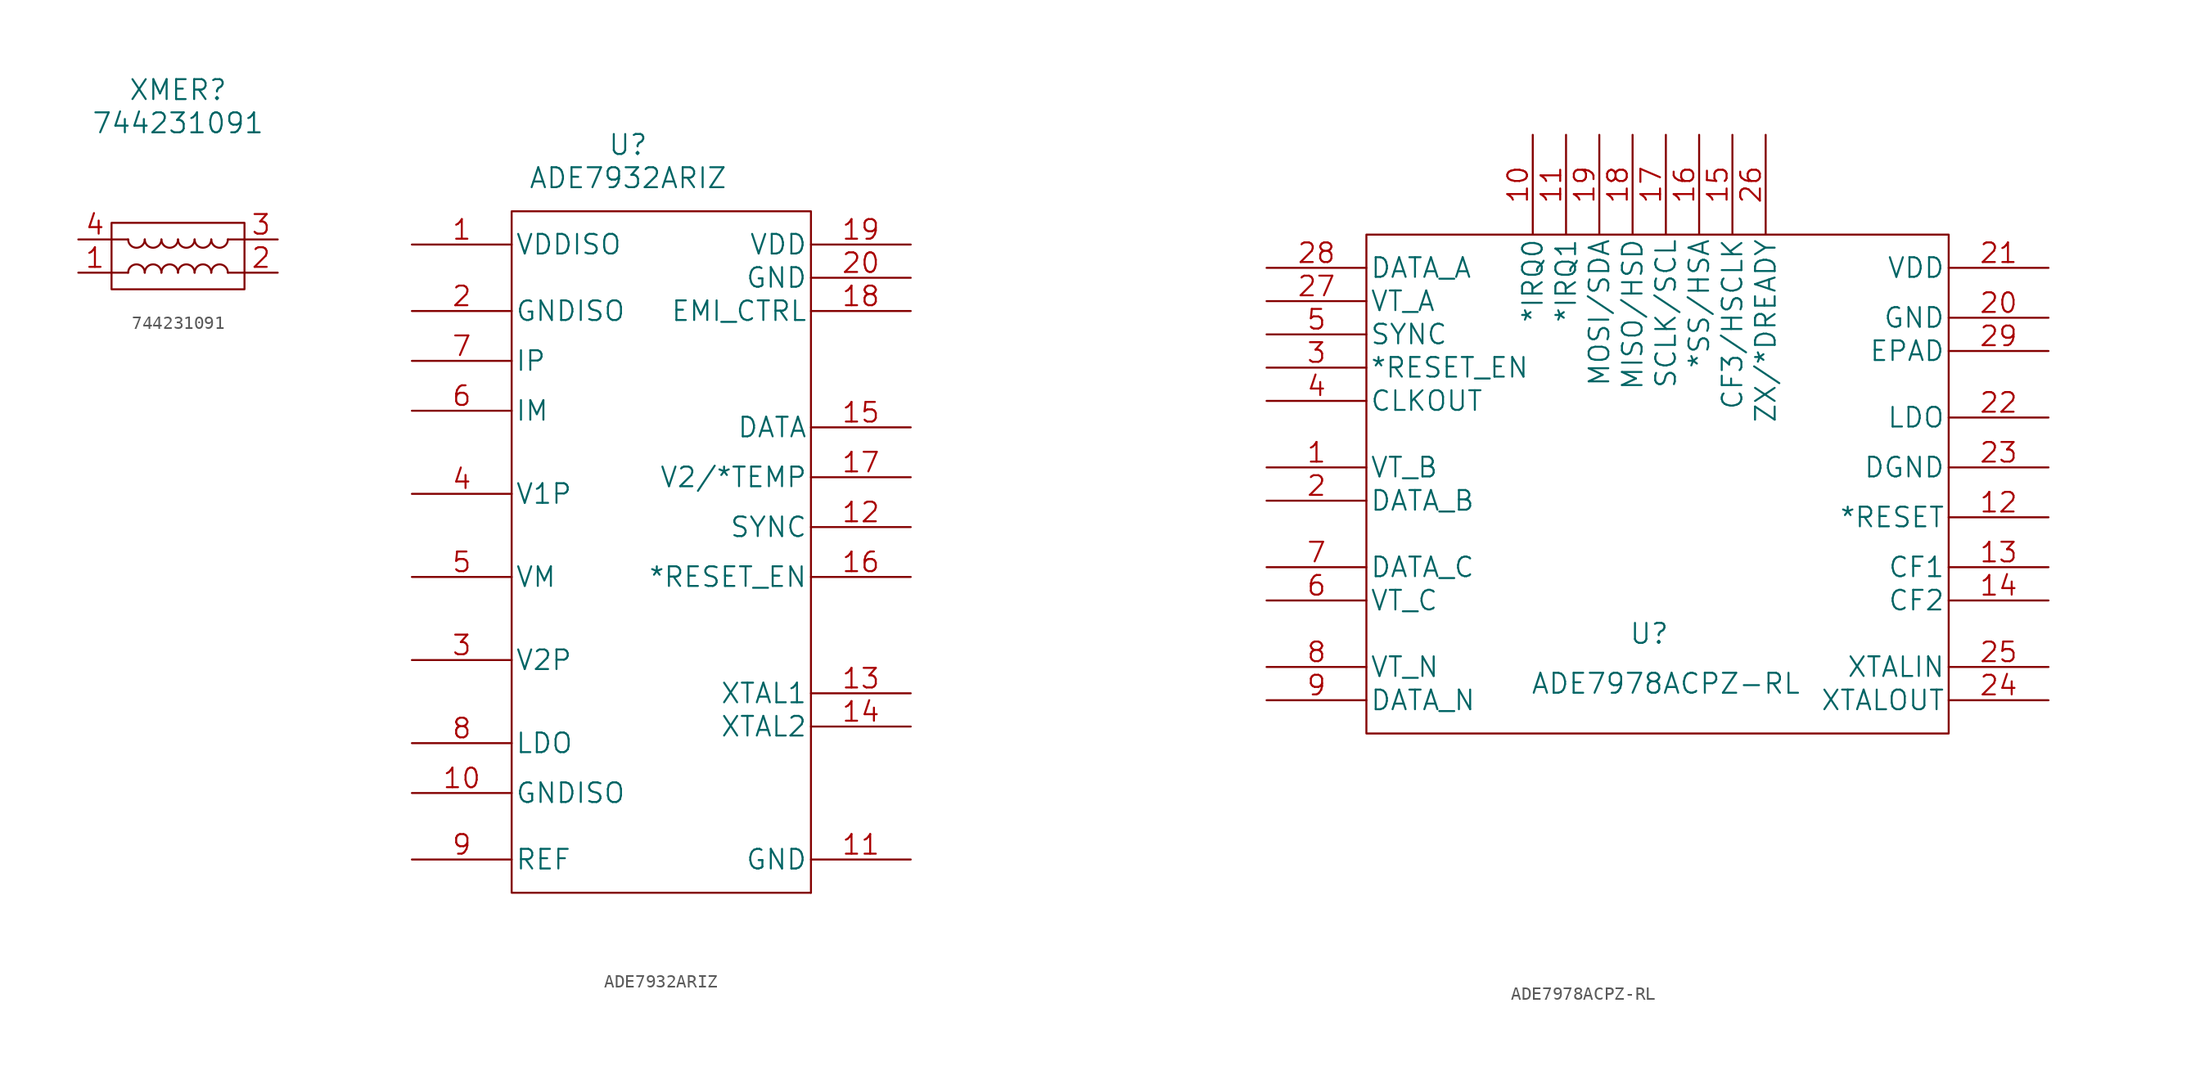
<source format=kicad_sym>
(kicad_symbol_lib
  (version 20211014)
  (generator kicad_symbol_editor)
  (symbol "744231091"
    (pin_names
      (offset 0.254) hide)
    (property "Reference" "XMER"
      (at 0 12.7 0)
      (effects (font (size 1.524 1.524))))
    (property "Value" "744231091"
      (at 0 10.16 0)
      (effects (font (size 1.524 1.524))))
    (symbol "744231091_0_1"
      (rectangle (start -5.08 2.54) (end 5.08 -2.54) (stroke (width 0) (type default) (color 0 0 0 0)) (fill (type none)))
      (arc (start -3.81 1.27) (mid -3.175 0.635) (end -2.54 1.27) (stroke (width 0) (type default) (color 0 0 0 0)) (fill (type none)))
      (arc (start -2.54 1.27) (mid -1.905 0.635) (end -1.27 1.27) (stroke (width 0) (type default) (color 0 0 0 0)) (fill (type none)))
      (polyline (pts (xy -3.81 -1.27) (xy -5.08 -1.27)) (stroke (width 0) (type default) (color 0 0 0 0)) (fill (type none)))
      (polyline (pts (xy -3.81 1.27) (xy -5.08 1.27)) (stroke (width 0) (type default) (color 0 0 0 0)) (fill (type none)))
      (polyline (pts (xy 3.81 -1.27) (xy 5.08 -1.27)) (stroke (width 0) (type default) (color 0 0 0 0)) (fill (type none)))
      (polyline (pts (xy 3.81 1.27) (xy 5.08 1.27)) (stroke (width 0) (type default) (color 0 0 0 0)) (fill (type none))))
    (symbol "744231091_1_1"
      (arc (start -2.54 -1.27) (mid -3.175 -0.635) (end -3.81 -1.27) (stroke (width 0) (type default) (color 0 0 0 0)) (fill (type none)))
      (arc (start -1.27 -1.27) (mid -1.905 -0.635) (end -2.54 -1.27) (stroke (width 0) (type default) (color 0 0 0 0)) (fill (type none)))
      (arc (start -1.27 1.27) (mid -0.635 0.635) (end 0 1.27) (stroke (width 0) (type default) (color 0 0 0 0)) (fill (type none)))
      (arc (start 0 -1.27) (mid -0.635 -0.635) (end -1.27 -1.27) (stroke (width 0) (type default) (color 0 0 0 0)) (fill (type none)))
      (arc (start 0 1.27) (mid 0.635 0.635) (end 1.27 1.27) (stroke (width 0) (type default) (color 0 0 0 0)) (fill (type none)))
      (arc (start 1.27 -1.27) (mid 0.635 -0.635) (end 0 -1.27) (stroke (width 0) (type default) (color 0 0 0 0)) (fill (type none)))
      (arc (start 1.27 1.27) (mid 1.905 0.635) (end 2.54 1.27) (stroke (width 0) (type default) (color 0 0 0 0)) (fill (type none)))
      (arc (start 2.54 -1.27) (mid 1.905 -0.635) (end 1.27 -1.27) (stroke (width 0) (type default) (color 0 0 0 0)) (fill (type none)))
      (arc (start 2.54 1.27) (mid 3.175 0.635) (end 3.81 1.27) (stroke (width 0) (type default) (color 0 0 0 0)) (fill (type none)))
      (arc (start 3.81 -1.27) (mid 3.175 -0.635) (end 2.54 -1.27) (stroke (width 0) (type default) (color 0 0 0 0)) (fill (type none)))
      (pin passive line (at -7.62 -1.27 0) (length 2.54) (name "1" (effects (font (size 1.499 1.499)))) (number "1" (effects (font (size 1.499 1.499)))))
      (pin passive line (at 7.62 -1.27 180) (length 2.54) (name "2" (effects (font (size 1.499 1.499)))) (number "2" (effects (font (size 1.499 1.499)))))
      (pin passive line (at 7.62 1.27 180) (length 2.54) (name "3" (effects (font (size 1.499 1.499)))) (number "3" (effects (font (size 1.499 1.499)))))
      (pin passive line (at -7.62 1.27 0) (length 2.54) (name "4" (effects (font (size 1.499 1.499)))) (number "4" (effects (font (size 1.499 1.499)))))))
  (symbol "ADE7932ARIZ"
    (pin_names
      (offset 0.254))
    (property "Reference" "U"
      (at -3.81 30.48 0)
      (effects (font (size 1.524 1.524))))
    (property "Value" "ADE7932ARIZ"
      (at -3.81 27.94 0)
      (effects (font (size 1.524 1.524))))
    (symbol "ADE7932ARIZ_0_1"
      (rectangle (start -12.7 25.4) (end 10.16 -26.67) (stroke (width 0) (type default) (color 0 0 0 0)) (fill (type none)))
      (rectangle (start 10.16 -26.67) (end 10.16 -26.67) (stroke (width 0) (type default) (color 0 0 0 0)) (fill (type none))))
    (symbol "ADE7932ARIZ_1_1"
      (pin passive line (at -20.32 22.86 0) (length 7.62) (name "VDDISO" (effects (font (size 1.499 1.499)))) (number "1" (effects (font (size 1.499 1.499)))))
      (pin passive line (at -20.32 -19.05 0) (length 7.62) (name "GNDISO" (effects (font (size 1.499 1.499)))) (number "10" (effects (font (size 1.499 1.499)))))
      (pin power_in line (at 17.78 -24.13 180) (length 7.62) (name "GND" (effects (font (size 1.499 1.499)))) (number "11" (effects (font (size 1.499 1.499)))))
      (pin input line (at 17.78 1.27 180) (length 7.62) (name "SYNC" (effects (font (size 1.499 1.499)))) (number "12" (effects (font (size 1.499 1.499)))))
      (pin passive line (at 17.78 -11.43 180) (length 7.62) (name "XTAL1" (effects (font (size 1.499 1.499)))) (number "13" (effects (font (size 1.499 1.499)))))
      (pin passive line (at 17.78 -13.97 180) (length 7.62) (name "XTAL2" (effects (font (size 1.499 1.499)))) (number "14" (effects (font (size 1.499 1.499)))))
      (pin bidirectional line (at 17.78 8.89 180) (length 7.62) (name "DATA" (effects (font (size 1.499 1.499)))) (number "15" (effects (font (size 1.499 1.499)))))
      (pin input line (at 17.78 -2.54 180) (length 7.62) (name "*RESET_EN" (effects (font (size 1.499 1.499)))) (number "16" (effects (font (size 1.499 1.499)))))
      (pin passive line (at 17.78 5.08 180) (length 7.62) (name "V2/*TEMP" (effects (font (size 1.499 1.499)))) (number "17" (effects (font (size 1.499 1.499)))))
      (pin input line (at 17.78 17.78 180) (length 7.62) (name "EMI_CTRL" (effects (font (size 1.499 1.499)))) (number "18" (effects (font (size 1.499 1.499)))))
      (pin power_in line (at 17.78 22.86 180) (length 7.62) (name "VDD" (effects (font (size 1.499 1.499)))) (number "19" (effects (font (size 1.499 1.499)))))
      (pin passive line (at -20.32 17.78 0) (length 7.62) (name "GNDISO" (effects (font (size 1.499 1.499)))) (number "2" (effects (font (size 1.499 1.499)))))
      (pin power_in line (at 17.78 20.32 180) (length 7.62) (name "GND" (effects (font (size 1.499 1.499)))) (number "20" (effects (font (size 1.499 1.499)))))
      (pin passive line (at -20.32 -8.89 0) (length 7.62) (name "V2P" (effects (font (size 1.499 1.499)))) (number "3" (effects (font (size 1.499 1.499)))))
      (pin passive line (at -20.32 3.81 0) (length 7.62) (name "V1P" (effects (font (size 1.499 1.499)))) (number "4" (effects (font (size 1.499 1.499)))))
      (pin passive line (at -20.32 -2.54 0) (length 7.62) (name "VM" (effects (font (size 1.499 1.499)))) (number "5" (effects (font (size 1.499 1.499)))))
      (pin passive line (at -20.32 10.16 0) (length 7.62) (name "IM" (effects (font (size 1.499 1.499)))) (number "6" (effects (font (size 1.499 1.499)))))
      (pin passive line (at -20.32 13.97 0) (length 7.62) (name "IP" (effects (font (size 1.499 1.499)))) (number "7" (effects (font (size 1.499 1.499)))))
      (pin passive line (at -20.32 -15.24 0) (length 7.62) (name "LDO" (effects (font (size 1.499 1.499)))) (number "8" (effects (font (size 1.499 1.499)))))
      (pin passive line (at -20.32 -24.13 0) (length 7.62) (name "REF" (effects (font (size 1.499 1.499)))) (number "9" (effects (font (size 1.499 1.499)))))))
  (symbol "ADE7978ACPZ-RL"
    (pin_names
      (offset 0.254))
    (property "Reference" "U"
      (at 0 -11.43 0)
      (effects (font (size 1.524 1.524))))
    (property "Value" "ADE7978ACPZ-RL"
      (at 1.27 -15.24 0)
      (effects (font (size 1.524 1.524))))
    (property "Datasheet" ""
      (at -40.64 -31.75 0)
      (effects (font (size 1.524 1.524))))
    (symbol "ADE7978ACPZ-RL_1_1"
      (rectangle (start -21.59 19.05) (end 22.86 -19.05) (stroke (width 0) (type default) (color 0 0 0 0)) (fill (type none)))
      (pin passive line (at -29.21 1.27 0) (length 7.62) (name "VT_B" (effects (font (size 1.499 1.499)))) (number "1" (effects (font (size 1.499 1.499)))))
      (pin output line (at -8.89 26.67 270) (length 7.62) (name "*IRQ0" (effects (font (size 1.499 1.499)))) (number "10" (effects (font (size 1.499 1.499)))))
      (pin output line (at -6.35 26.67 270) (length 7.62) (name "*IRQ1" (effects (font (size 1.499 1.499)))) (number "11" (effects (font (size 1.499 1.499)))))
      (pin input line (at 30.48 -2.54 180) (length 7.62) (name "*RESET" (effects (font (size 1.499 1.499)))) (number "12" (effects (font (size 1.499 1.499)))))
      (pin output line (at 30.48 -6.35 180) (length 7.62) (name "CF1" (effects (font (size 1.499 1.499)))) (number "13" (effects (font (size 1.499 1.499)))))
      (pin output line (at 30.48 -8.89 180) (length 7.62) (name "CF2" (effects (font (size 1.499 1.499)))) (number "14" (effects (font (size 1.499 1.499)))))
      (pin output line (at 6.35 26.67 270) (length 7.62) (name "CF3/HSCLK" (effects (font (size 1.499 1.499)))) (number "15" (effects (font (size 1.499 1.499)))))
      (pin input line (at 3.81 26.67 270) (length 7.62) (name "*SS/HSA" (effects (font (size 1.499 1.499)))) (number "16" (effects (font (size 1.499 1.499)))))
      (pin input line (at 1.27 26.67 270) (length 7.62) (name "SCLK/SCL" (effects (font (size 1.499 1.499)))) (number "17" (effects (font (size 1.499 1.499)))))
      (pin output line (at -1.27 26.67 270) (length 7.62) (name "MISO/HSD" (effects (font (size 1.499 1.499)))) (number "18" (effects (font (size 1.499 1.499)))))
      (pin bidirectional line (at -3.81 26.67 270) (length 7.62) (name "MOSI/SDA" (effects (font (size 1.499 1.499)))) (number "19" (effects (font (size 1.499 1.499)))))
      (pin bidirectional line (at -29.21 -1.27 0) (length 7.62) (name "DATA_B" (effects (font (size 1.499 1.499)))) (number "2" (effects (font (size 1.499 1.499)))))
      (pin power_in line (at 30.48 12.7 180) (length 7.62) (name "GND" (effects (font (size 1.499 1.499)))) (number "20" (effects (font (size 1.499 1.499)))))
      (pin power_in line (at 30.48 16.51 180) (length 7.62) (name "VDD" (effects (font (size 1.499 1.499)))) (number "21" (effects (font (size 1.499 1.499)))))
      (pin output line (at 30.48 5.08 180) (length 7.62) (name "LDO" (effects (font (size 1.499 1.499)))) (number "22" (effects (font (size 1.499 1.499)))))
      (pin power_in line (at 30.48 1.27 180) (length 7.62) (name "DGND" (effects (font (size 1.499 1.499)))) (number "23" (effects (font (size 1.499 1.499)))))
      (pin output line (at 30.48 -16.51 180) (length 7.62) (name "XTALOUT" (effects (font (size 1.499 1.499)))) (number "24" (effects (font (size 1.499 1.499)))))
      (pin input line (at 30.48 -13.97 180) (length 7.62) (name "XTALIN" (effects (font (size 1.499 1.499)))) (number "25" (effects (font (size 1.499 1.499)))))
      (pin output line (at 8.89 26.67 270) (length 7.62) (name "ZX/*DREADY" (effects (font (size 1.499 1.499)))) (number "26" (effects (font (size 1.499 1.499)))))
      (pin passive line (at -29.21 13.97 0) (length 7.62) (name "VT_A" (effects (font (size 1.499 1.499)))) (number "27" (effects (font (size 1.499 1.499)))))
      (pin bidirectional line (at -29.21 16.51 0) (length 7.62) (name "DATA_A" (effects (font (size 1.499 1.499)))) (number "28" (effects (font (size 1.499 1.499)))))
      (pin power_in line (at 30.48 10.16 180) (length 7.62) (name "EPAD" (effects (font (size 1.499 1.499)))) (number "29" (effects (font (size 1.499 1.499)))))
      (pin output line (at -29.21 8.89 0) (length 7.62) (name "*RESET_EN" (effects (font (size 1.499 1.499)))) (number "3" (effects (font (size 1.499 1.499)))))
      (pin output line (at -29.21 6.35 0) (length 7.62) (name "CLKOUT" (effects (font (size 1.499 1.499)))) (number "4" (effects (font (size 1.499 1.499)))))
      (pin output line (at -29.21 11.43 0) (length 7.62) (name "SYNC" (effects (font (size 1.499 1.499)))) (number "5" (effects (font (size 1.499 1.499)))))
      (pin passive line (at -29.21 -8.89 0) (length 7.62) (name "VT_C" (effects (font (size 1.499 1.499)))) (number "6" (effects (font (size 1.499 1.499)))))
      (pin bidirectional line (at -29.21 -6.35 0) (length 7.62) (name "DATA_C" (effects (font (size 1.499 1.499)))) (number "7" (effects (font (size 1.499 1.499)))))
      (pin passive line (at -29.21 -13.97 0) (length 7.62) (name "VT_N" (effects (font (size 1.499 1.499)))) (number "8" (effects (font (size 1.499 1.499)))))
      (pin bidirectional line (at -29.21 -16.51 0) (length 7.62) (name "DATA_N" (effects (font (size 1.499 1.499)))) (number "9" (effects (font (size 1.499 1.499))))))))
</source>
